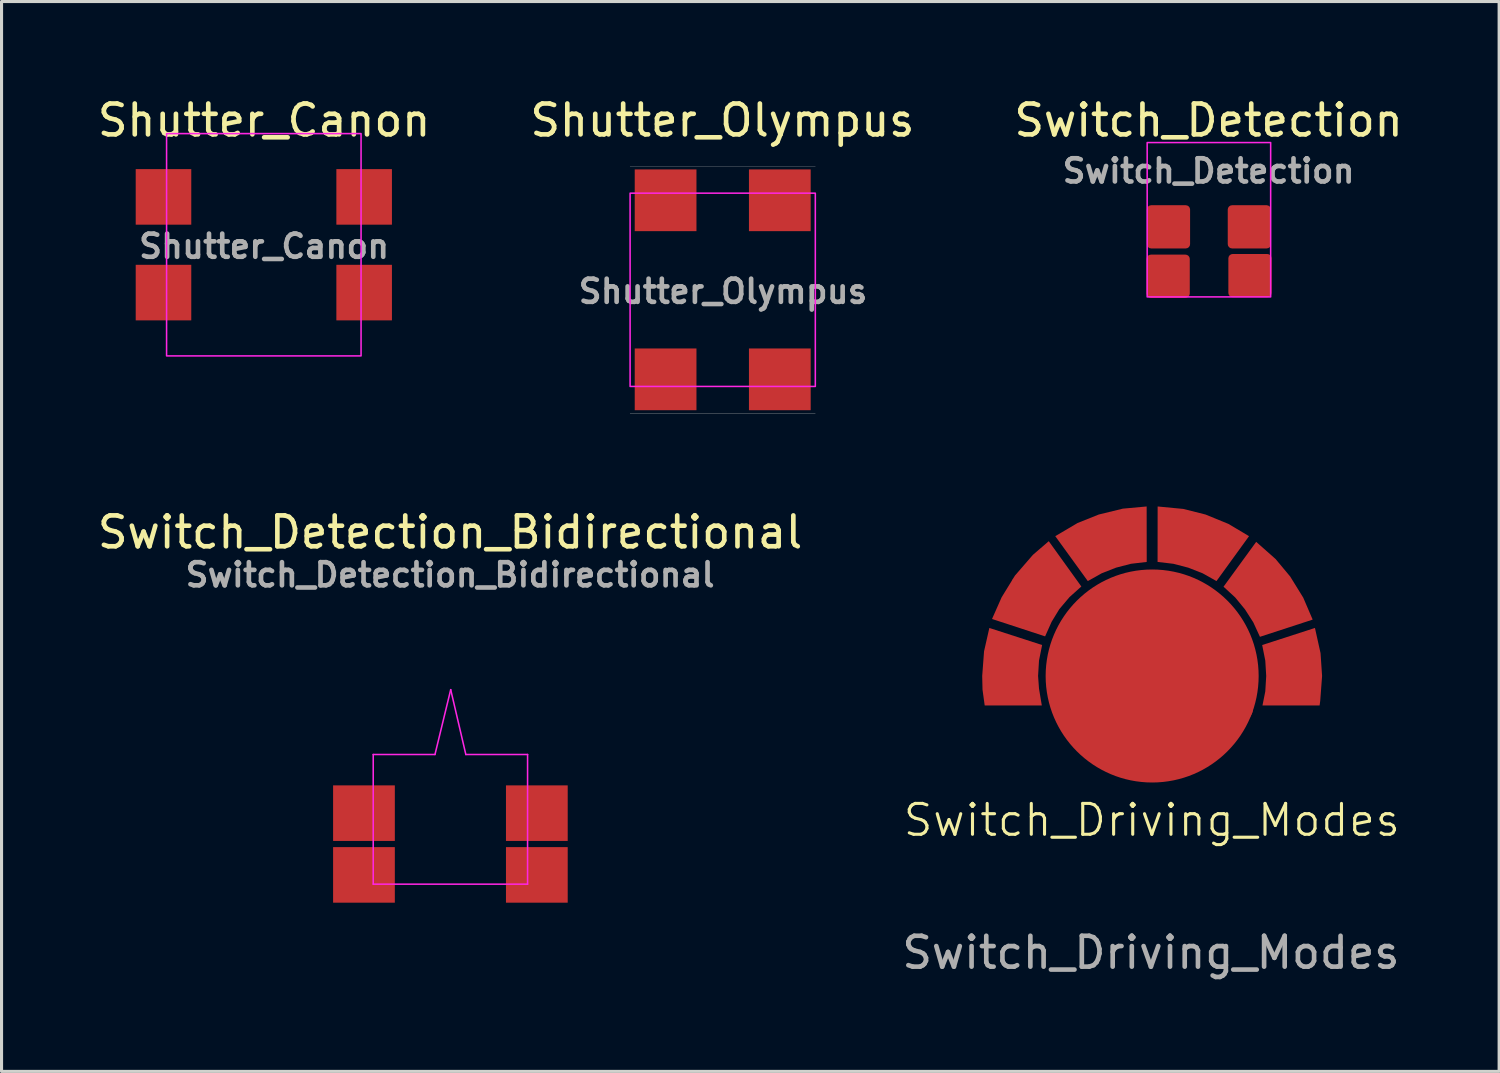
<source format=kicad_pcb>
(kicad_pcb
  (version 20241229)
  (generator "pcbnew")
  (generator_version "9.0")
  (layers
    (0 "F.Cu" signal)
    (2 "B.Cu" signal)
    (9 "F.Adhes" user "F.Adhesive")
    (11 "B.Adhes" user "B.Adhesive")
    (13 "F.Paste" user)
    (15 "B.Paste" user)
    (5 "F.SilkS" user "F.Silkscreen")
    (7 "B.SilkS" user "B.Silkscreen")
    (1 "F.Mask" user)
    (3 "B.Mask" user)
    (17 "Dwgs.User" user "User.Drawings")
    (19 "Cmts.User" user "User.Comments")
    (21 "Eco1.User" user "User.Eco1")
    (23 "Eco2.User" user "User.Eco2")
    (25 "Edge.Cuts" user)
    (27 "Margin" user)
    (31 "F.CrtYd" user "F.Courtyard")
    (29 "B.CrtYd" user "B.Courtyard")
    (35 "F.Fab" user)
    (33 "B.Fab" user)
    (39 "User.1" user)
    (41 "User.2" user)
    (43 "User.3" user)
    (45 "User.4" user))
  (footprint "Shutter_Canon"
    (layer "F.Cu")
    (at 5.496 4.878)
    (property "Reference" "Shutter_Canon" (at 0.01 -4.03 0) (layer "F.SilkS") (effects (font (size 1 1) (thickness 0.15))))
    (attr smd)
    (fp_rect (start -3.15 -3.6) (end 3.15 3.6) (stroke (width 0.05) (type solid)) (fill no) (layer "F.CrtYd"))
    (fp_text user "${REFERENCE}" (at 0.01 0.05 0) (layer "F.Fab") (effects (font (size 0.75 0.75) (thickness 0.15))))
    (pad "" smd roundrect (at -3.25 -1.55) (size 1 1) (layers "F.Mask" "F.Paste") (roundrect_rratio 0.139))
    (pad "" smd roundrect (at -3.25 1.55) (size 1 1) (layers "F.Mask" "F.Paste") (roundrect_rratio 0.139))
    (pad "" smd roundrect (at 3.25 -1.55) (size 1 1) (layers "F.Mask" "F.Paste") (roundrect_rratio 0.139))
    (pad "" smd roundrect (at 3.25 1.55) (size 1 1) (layers "F.Mask" "F.Paste") (roundrect_rratio 0.139))
    (pad "1" smd rect (at -3.25 1.55) (size 1.8 1.8) (layers "F.Cu"))
    (pad "2" smd rect (at 3.25 1.55) (size 1.8 1.8) (layers "F.Cu"))
    (pad "3" smd rect (at 3.25 -1.55) (size 1.8 1.8) (layers "F.Cu"))
    (pad "4" smd rect (at -3.25 -1.55) (size 1.8 1.8) (layers "F.Cu")))
  (footprint "Switch_Detection_Bidirectional"
    (layer "F.Cu")
    (at 11.54 23.491)
    (property "Reference" "Switch_Detection_Bidirectional" (at -0.01 -9.3 0) (layer "F.SilkS") (effects (font (size 1 1) (thickness 0.15))))
    (attr smd)
    (fp_line (start -2.5 -2.1) (end -2.5 2.1) (stroke (width 0.05) (type solid)) (layer "F.CrtYd"))
    (fp_line (start -2.5 2.1) (end 2.5 2.1) (stroke (width 0.05) (type solid)) (layer "F.CrtYd"))
    (fp_line (start -0.5 -2.1) (end -2.5 -2.1) (stroke (width 0.05) (type solid)) (layer "F.CrtYd"))
    (fp_line (start 0.01 -4.2) (end -0.5 -2.1) (stroke (width 0.05) (type solid)) (layer "F.CrtYd"))
    (fp_line (start 0.01 -4.2) (end 0.5 -2.1) (stroke (width 0.05) (type solid)) (layer "F.CrtYd"))
    (fp_line (start 0.5 -2.1) (end 2.5 -2.1) (stroke (width 0.05) (type solid)) (layer "F.CrtYd"))
    (fp_line (start 2.5 -2.1) (end 2.5 2.1) (stroke (width 0.05) (type solid)) (layer "F.CrtYd"))
    (fp_text user "${REFERENCE}" (at -0.01 -7.92 0) (layer "F.Fab") (effects (font (size 0.75 0.75) (thickness 0.15))))
    (pad "" smd roundrect (at -2.8 -0.2) (size 1.2 1.2) (layers "F.Mask" "F.Paste") (roundrect_rratio 0.1))
    (pad "" smd roundrect (at -2.8 1.8) (size 1.2 1.2) (layers "F.Mask" "F.Paste") (roundrect_rratio 0.1))
    (pad "" smd roundrect (at 2.8 -0.2) (size 1.2 1.2) (layers "F.Mask" "F.Paste") (roundrect_rratio 0.1))
    (pad "" smd roundrect (at 2.8 1.8) (size 1.2 1.2) (layers "F.Mask" "F.Paste") (roundrect_rratio 0.1))
    (pad "1" smd rect (at -2.8 -0.2) (size 2 1.8) (layers "F.Cu"))
    (pad "1" smd rect (at 2.8 -0.2) (size 2 1.8) (layers "F.Cu"))
    (pad "2" smd rect (at -2.8 1.8) (size 2 1.8) (layers "F.Cu"))
    (pad "3" smd rect (at 2.8 1.8) (size 2 1.8) (layers "F.Cu")))
  (footprint "Switch_Detection"
    (layer "F.Cu")
    (at 36.111 3.568)
    (property "Reference" "Switch_Detection" (at -0.01 -2.72 0) (layer "F.SilkS") (effects (font (size 1 1) (thickness 0.15))))
    (attr smd)
    (fp_rect (start -2 -2) (end 2 3) (stroke (width 0.05) (type solid)) (fill no) (layer "F.CrtYd"))
    (fp_text user "${REFERENCE}" (at -0.01 -1.08 0) (layer "F.Fab") (effects (font (size 0.75 0.75) (thickness 0.15))))
    (pad "1" smd roundrect (at -1.32 2.33) (size 1.4 1.4) (layers "F.Cu" "F.Mask" "F.Paste") (roundrect_rratio 0.1))
    (pad "2" smd roundrect (at 1.33 2.31) (size 1.4 1.4) (layers "F.Cu" "F.Mask" "F.Paste") (roundrect_rratio 0.1))
    (pad "3" smd roundrect (at -1.31 0.73) (size 1.4 1.4) (layers "F.Cu" "F.Mask" "F.Paste") (roundrect_rratio 0.1))
    (pad "4" smd roundrect (at 1.31 0.73) (size 1.4 1.4) (layers "F.Cu" "F.Mask" "F.Paste") (roundrect_rratio 0.1)))
  (footprint "Switch_Driving_Modes"
    (layer "F.Cu")
    (at 34.272 18.848)
    (property "Reference" "Switch_Driving_Modes" (at -0.01 4.67 0) (unlocked yes) (layer "F.SilkS") (effects (font (size 1 1) (thickness 0.1))))
    (attr smd)
    (fp_circle (center 0 0) (end 3.704 0) (stroke (width 0.01) (type default)) (fill no) (layer "User.1"))
    (fp_circle (center 0 0) (end 5.5 0) (stroke (width 0.01) (type default)) (fill no) (layer "User.1"))
    (fp_text user "${REFERENCE}" (at -0.04 8.96 0) (unlocked yes) (layer "F.Fab") (effects (font (size 1 1) (thickness 0.15))))
    (pad "1" smd custom (at 4.6 0 180) (size 1.8 1.8) (layers "F.Cu" "F.Mask" "F.Paste") (options (anchor circle)) (primitives (gr_poly (pts (xy 0.9 0) (xy 0.93 -0.5) (xy 1.02 -0.95) (xy -0.82 -0.95) (xy -0.84 -0.8) (xy -0.9 0) (xy -0.85 0.74) (xy -0.67 1.55) (xy 1.03 1) (xy 0.93 0.5)) (width 0.01) (fill yes))))
    (pad "2" smd custom (at 3.74 -2.69 216) (size 1.8 1.8) (layers "F.Cu" "F.Mask" "F.Paste") (options (anchor circle)) (primitives (gr_poly (pts (xy 0.9 0) (xy 0.93 -0.5) (xy 1.03 -1) (xy -0.67 -1.55) (xy -0.84 -0.8) (xy -0.9 0) (xy -0.85 0.74) (xy -0.67 1.55) (xy 1.03 1) (xy 0.93 0.5)) (width 0.01) (fill yes))))
    (pad "3" smd custom (at 1.45 -4.37 252) (size 1.8 1.8) (layers "F.Cu" "F.Mask" "F.Paste") (options (anchor circle)) (primitives (gr_poly (pts (xy 0.9 0) (xy 0.93 -0.5) (xy 1.03 -1) (xy -0.67 -1.55) (xy -0.84 -0.8) (xy -0.9 0) (xy -0.85 0.74) (xy -0.67 1.55) (xy 1.03 1) (xy 0.93 0.5)) (width 0.01) (fill yes))))
    (pad "4" smd custom (at -1.45 -4.37 288) (size 1.8 1.8) (layers "F.Cu" "F.Mask" "F.Paste") (options (anchor circle)) (primitives (gr_poly (pts (xy 0.9 0) (xy 0.93 -0.5) (xy 1.03 -1) (xy -0.67 -1.55) (xy -0.84 -0.8) (xy -0.9 0) (xy -0.85 0.74) (xy -0.67 1.55) (xy 1.03 1) (xy 0.93 0.5)) (width 0.01) (fill yes))))
    (pad "5" smd custom (at -3.74 -2.69) (size 1.8 1.8) (layers "F.Cu" "F.Mask" "F.Paste") (options (anchor circle)) (primitives (gr_poly (pts (xy 0.73 0.52) (xy 1.06 0.13) (xy 1.44 -0.21) (xy 0.39 -1.67) (xy -0.12 -1.23) (xy -0.7 -0.56) (xy -1.13 0.14) (xy -1.44 0.84) (xy 0.27 1.4) (xy 0.48 0.93)) (width 0.01) (fill yes))))
    (pad "6" smd custom (at -4.6 0) (size 1.8 1.8) (layers "F.Cu" "F.Mask" "F.Paste") (options (anchor circle)) (primitives (gr_poly (pts (xy 0.9 0) (xy 0.93 -0.5) (xy 1.03 -1) (xy -0.67 -1.55) (xy -0.84 -0.8) (xy -0.9 0) (xy -0.89 0.44) (xy -0.82 0.95) (xy 1.02 0.95) (xy 0.93 0.41)) (width 0.01) (fill yes))))
    (pad "7" smd circle (at 0 0) (size 6.9 6.9) (layers "F.Cu" "F.Mask" "F.Paste"))
    (pad "7" smd circle (at 2.77 1.03) (size 1 1) (layers "F.Cu" "F.Mask" "F.Paste")))
  (footprint "Shutter_Olympus"
    (layer "F.Cu")
    (at 20.361 6.338)
    (property "Reference" "Shutter_Olympus" (at -0.01 -5.49 0) (layer "F.SilkS") (effects (font (size 1 1) (thickness 0.15))))
    (attr smd)
    (fp_rect (start -3 -3.13) (end 3 3.13) (stroke (width 0.05) (type solid)) (fill no) (layer "F.CrtYd"))
    (fp_line (start -3 -4) (end 3 -4) (stroke (width 0.01) (type solid)) (layer "F.Fab"))
    (fp_line (start -3 4) (end 3 4) (stroke (width 0.01) (type solid)) (layer "F.Fab"))
    (fp_text user "${REFERENCE}" (at 0.01 0.05 0) (layer "F.Fab") (effects (font (size 0.75 0.75) (thickness 0.15))))
    (pad "" smd roundrect (at -2.23 -3.4) (size 1 0.8) (layers "F.Mask" "F.Paste") (roundrect_rratio 0.139))
    (pad "" smd roundrect (at -2.23 3.4) (size 1 0.8) (layers "F.Mask" "F.Paste") (roundrect_rratio 0.139))
    (pad "" smd roundrect (at 2.23 -3.4) (size 1 0.8) (layers "F.Mask" "F.Paste") (roundrect_rratio 0.139))
    (pad "" smd roundrect (at 2.23 3.4) (size 1 0.8) (layers "F.Mask" "F.Paste") (roundrect_rratio 0.139))
    (pad "1" smd rect (at -1.85 2.9) (size 2 2) (layers "F.Cu"))
    (pad "2" smd rect (at -1.85 -2.9) (size 2 2) (layers "F.Cu"))
    (pad "3" smd rect (at 1.85 2.9) (size 2 2) (layers "F.Cu"))
    (pad "4" smd rect (at 1.85 -2.9) (size 2 2) (layers "F.Cu")))
  (gr_rect
    (start -3 -3)
    (end 45.512 31.657)
    (stroke (width 0.1) (type default))
    (fill no)
    (layer "Edge.Cuts")))
</source>
